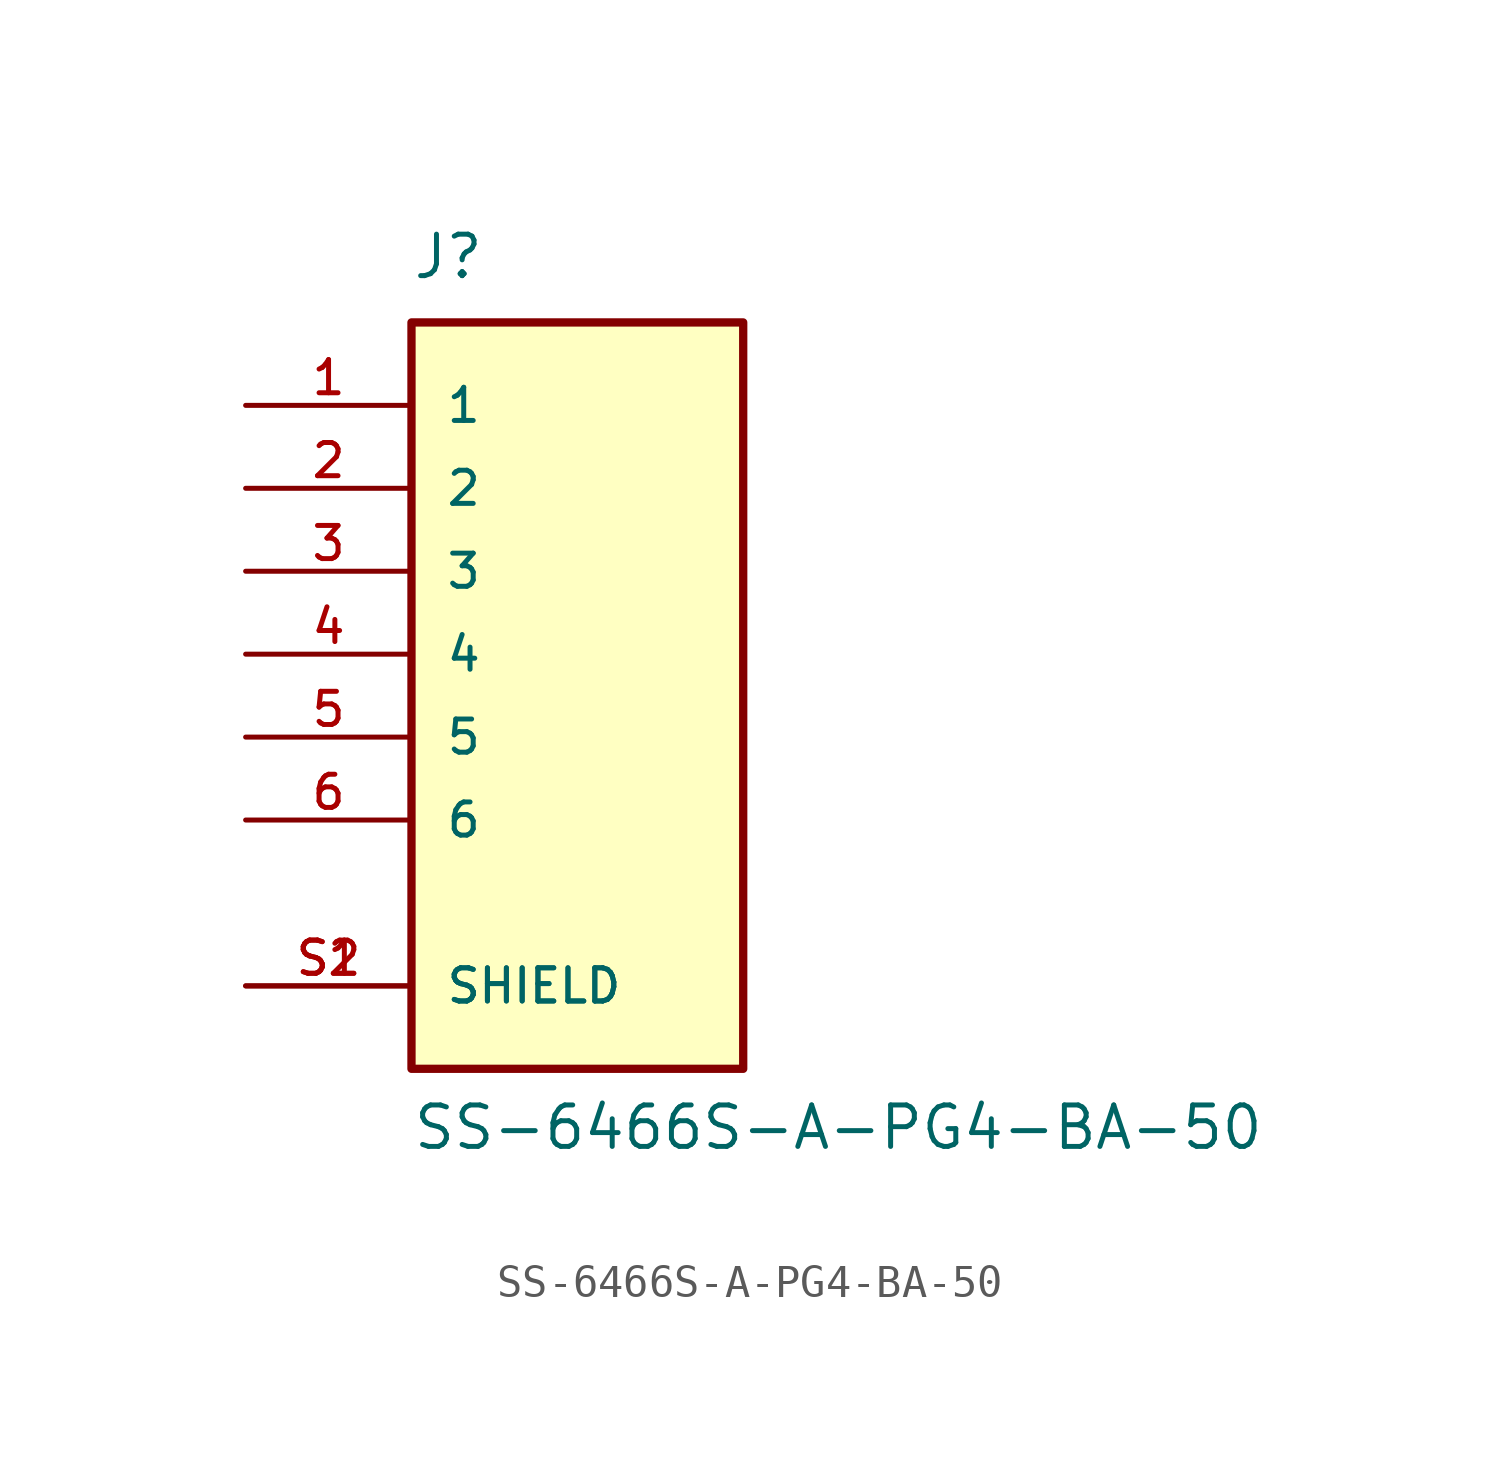
<source format=kicad_sym>
(kicad_symbol_lib
  (version 20211014)
  (generator kicad_symbol_editor)
  (symbol "SS-6466S-A-PG4-BA-50"
    (pin_names
      (offset 1.016))
    (property "Reference" "J"
      (at -5.08 11.43 0)
      (effects (font (size 1.27 1.27)) (justify bottom left)))
    (property "Value" "SS-6466S-A-PG4-BA-50"
      (at -5.08 -15.24 0)
      (effects (font (size 1.27 1.27)) (justify bottom left)))
    (symbol "SS-6466S-A-PG4-BA-50_0_0"
      (rectangle (start -5.08 -12.7) (end 5.08 10.16) (stroke (width 0.254)) (fill (type background)))
      (pin passive line (at -10.16 7.62 0) (length 5.08) (name "1" (effects (font (size 1.016 1.016)))) (number "1" (effects (font (size 1.016 1.016)))))
      (pin passive line (at -10.16 5.08 0) (length 5.08) (name "2" (effects (font (size 1.016 1.016)))) (number "2" (effects (font (size 1.016 1.016)))))
      (pin passive line (at -10.16 2.54 0) (length 5.08) (name "3" (effects (font (size 1.016 1.016)))) (number "3" (effects (font (size 1.016 1.016)))))
      (pin passive line (at -10.16 0.0 0) (length 5.08) (name "4" (effects (font (size 1.016 1.016)))) (number "4" (effects (font (size 1.016 1.016)))))
      (pin passive line (at -10.16 -2.54 0) (length 5.08) (name "5" (effects (font (size 1.016 1.016)))) (number "5" (effects (font (size 1.016 1.016)))))
      (pin passive line (at -10.16 -5.08 0) (length 5.08) (name "6" (effects (font (size 1.016 1.016)))) (number "6" (effects (font (size 1.016 1.016)))))
      (pin passive line (at -10.16 -10.16 0) (length 5.08) (name "SHIELD" (effects (font (size 1.016 1.016)))) (number "S1" (effects (font (size 1.016 1.016)))))
      (pin passive line (at -10.16 -10.16 0) (length 5.08) (name "SHIELD" (effects (font (size 1.016 1.016)))) (number "S2" (effects (font (size 1.016 1.016))))))))
</source>
